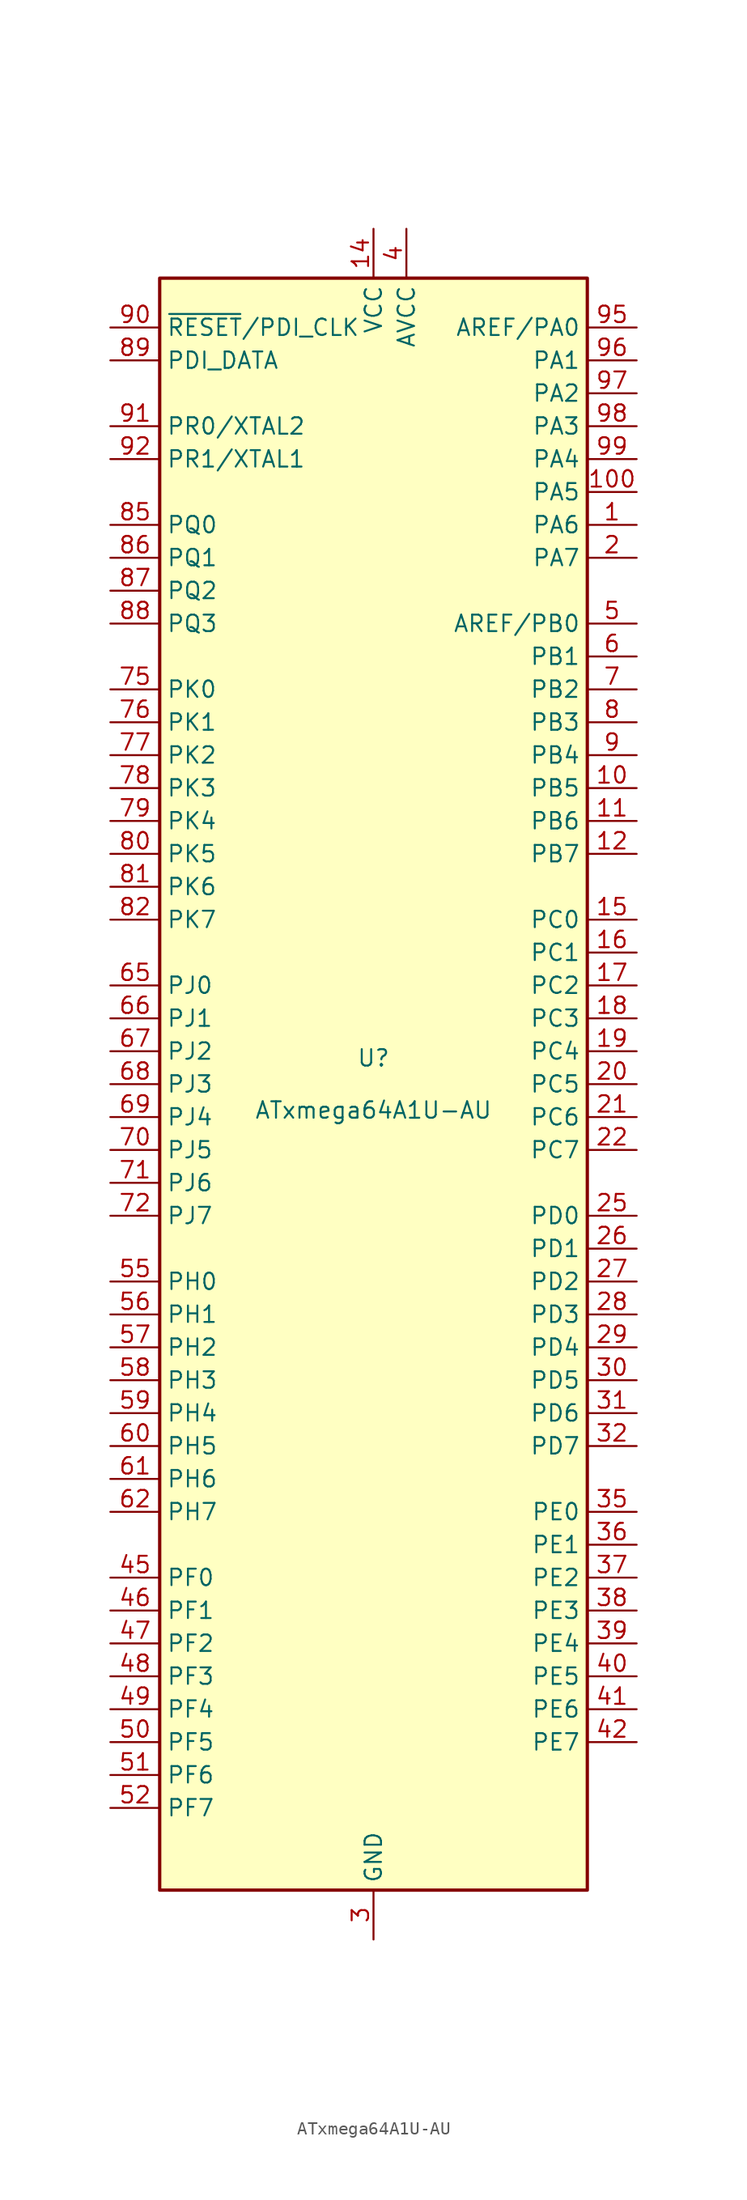
<source format=kicad_sym>
(kicad_symbol_lib
  (version 20211014)
  (generator kicad_symbol_editor)
  (symbol "ATxmega64A1U-AU"
    (property "Reference" "U"
      (at 0 1.27 0)
      (effects (font (size 1.27 1.27)) (justify bottom)))
    (property "Value" "ATxmega64A1U-AU"
      (at 0 -1.27 0)
      (effects (font (size 1.27 1.27)) (justify top)))
    (symbol "ATxmega64A1U-AU_0_1"
      (rectangle (start -16.51 -62.23) (end 16.51 62.23) (stroke (width 0.254) (type default) (color 0 0 0 0)) (fill (type background))))
    (symbol "ATxmega64A1U-AU_1_1"
      (pin bidirectional line (at 20.32 43.18 180) (length 3.81) (name "PA6" (effects (font (size 1.27 1.27)))) (number "1" (effects (font (size 1.27 1.27)))))
      (pin bidirectional line (at 20.32 22.86 180) (length 3.81) (name "PB5" (effects (font (size 1.27 1.27)))) (number "10" (effects (font (size 1.27 1.27)))))
      (pin bidirectional line (at 20.32 45.72 180) (length 3.81) (name "PA5" (effects (font (size 1.27 1.27)))) (number "100" (effects (font (size 1.27 1.27)))))
      (pin bidirectional line (at 20.32 20.32 180) (length 3.81) (name "PB6" (effects (font (size 1.27 1.27)))) (number "11" (effects (font (size 1.27 1.27)))))
      (pin bidirectional line (at 20.32 17.78 180) (length 3.81) (name "PB7" (effects (font (size 1.27 1.27)))) (number "12" (effects (font (size 1.27 1.27)))))
      (pin passive line (at 0 -66.04 90) (length 3.81) hide (name "GND" (effects (font (size 1.27 1.27)))) (number "13" (effects (font (size 1.27 1.27)))))
      (pin power_in line (at 0 66.04 270) (length 3.81) (name "VCC" (effects (font (size 1.27 1.27)))) (number "14" (effects (font (size 1.27 1.27)))))
      (pin bidirectional line (at 20.32 12.7 180) (length 3.81) (name "PC0" (effects (font (size 1.27 1.27)))) (number "15" (effects (font (size 1.27 1.27)))))
      (pin bidirectional line (at 20.32 10.16 180) (length 3.81) (name "PC1" (effects (font (size 1.27 1.27)))) (number "16" (effects (font (size 1.27 1.27)))))
      (pin bidirectional line (at 20.32 7.62 180) (length 3.81) (name "PC2" (effects (font (size 1.27 1.27)))) (number "17" (effects (font (size 1.27 1.27)))))
      (pin bidirectional line (at 20.32 5.08 180) (length 3.81) (name "PC3" (effects (font (size 1.27 1.27)))) (number "18" (effects (font (size 1.27 1.27)))))
      (pin bidirectional line (at 20.32 2.54 180) (length 3.81) (name "PC4" (effects (font (size 1.27 1.27)))) (number "19" (effects (font (size 1.27 1.27)))))
      (pin bidirectional line (at 20.32 40.64 180) (length 3.81) (name "PA7" (effects (font (size 1.27 1.27)))) (number "2" (effects (font (size 1.27 1.27)))))
      (pin bidirectional line (at 20.32 0 180) (length 3.81) (name "PC5" (effects (font (size 1.27 1.27)))) (number "20" (effects (font (size 1.27 1.27)))))
      (pin bidirectional line (at 20.32 -2.54 180) (length 3.81) (name "PC6" (effects (font (size 1.27 1.27)))) (number "21" (effects (font (size 1.27 1.27)))))
      (pin bidirectional line (at 20.32 -5.08 180) (length 3.81) (name "PC7" (effects (font (size 1.27 1.27)))) (number "22" (effects (font (size 1.27 1.27)))))
      (pin passive line (at 0 -66.04 90) (length 3.81) hide (name "GND" (effects (font (size 1.27 1.27)))) (number "23" (effects (font (size 1.27 1.27)))))
      (pin passive line (at 0 66.04 270) (length 3.81) hide (name "VCC" (effects (font (size 1.27 1.27)))) (number "24" (effects (font (size 1.27 1.27)))))
      (pin bidirectional line (at 20.32 -10.16 180) (length 3.81) (name "PD0" (effects (font (size 1.27 1.27)))) (number "25" (effects (font (size 1.27 1.27)))))
      (pin bidirectional line (at 20.32 -12.7 180) (length 3.81) (name "PD1" (effects (font (size 1.27 1.27)))) (number "26" (effects (font (size 1.27 1.27)))))
      (pin bidirectional line (at 20.32 -15.24 180) (length 3.81) (name "PD2" (effects (font (size 1.27 1.27)))) (number "27" (effects (font (size 1.27 1.27)))))
      (pin bidirectional line (at 20.32 -17.78 180) (length 3.81) (name "PD3" (effects (font (size 1.27 1.27)))) (number "28" (effects (font (size 1.27 1.27)))))
      (pin bidirectional line (at 20.32 -20.32 180) (length 3.81) (name "PD4" (effects (font (size 1.27 1.27)))) (number "29" (effects (font (size 1.27 1.27)))))
      (pin power_in line (at 0 -66.04 90) (length 3.81) (name "GND" (effects (font (size 1.27 1.27)))) (number "3" (effects (font (size 1.27 1.27)))))
      (pin bidirectional line (at 20.32 -22.86 180) (length 3.81) (name "PD5" (effects (font (size 1.27 1.27)))) (number "30" (effects (font (size 1.27 1.27)))))
      (pin bidirectional line (at 20.32 -25.4 180) (length 3.81) (name "PD6" (effects (font (size 1.27 1.27)))) (number "31" (effects (font (size 1.27 1.27)))))
      (pin bidirectional line (at 20.32 -27.94 180) (length 3.81) (name "PD7" (effects (font (size 1.27 1.27)))) (number "32" (effects (font (size 1.27 1.27)))))
      (pin passive line (at 0 -66.04 90) (length 3.81) hide (name "GND" (effects (font (size 1.27 1.27)))) (number "33" (effects (font (size 1.27 1.27)))))
      (pin passive line (at 0 66.04 270) (length 3.81) hide (name "VCC" (effects (font (size 1.27 1.27)))) (number "34" (effects (font (size 1.27 1.27)))))
      (pin bidirectional line (at 20.32 -33.02 180) (length 3.81) (name "PE0" (effects (font (size 1.27 1.27)))) (number "35" (effects (font (size 1.27 1.27)))))
      (pin bidirectional line (at 20.32 -35.56 180) (length 3.81) (name "PE1" (effects (font (size 1.27 1.27)))) (number "36" (effects (font (size 1.27 1.27)))))
      (pin bidirectional line (at 20.32 -38.1 180) (length 3.81) (name "PE2" (effects (font (size 1.27 1.27)))) (number "37" (effects (font (size 1.27 1.27)))))
      (pin bidirectional line (at 20.32 -40.64 180) (length 3.81) (name "PE3" (effects (font (size 1.27 1.27)))) (number "38" (effects (font (size 1.27 1.27)))))
      (pin bidirectional line (at 20.32 -43.18 180) (length 3.81) (name "PE4" (effects (font (size 1.27 1.27)))) (number "39" (effects (font (size 1.27 1.27)))))
      (pin power_in line (at 2.54 66.04 270) (length 3.81) (name "AVCC" (effects (font (size 1.27 1.27)))) (number "4" (effects (font (size 1.27 1.27)))))
      (pin bidirectional line (at 20.32 -45.72 180) (length 3.81) (name "PE5" (effects (font (size 1.27 1.27)))) (number "40" (effects (font (size 1.27 1.27)))))
      (pin bidirectional line (at 20.32 -48.26 180) (length 3.81) (name "PE6" (effects (font (size 1.27 1.27)))) (number "41" (effects (font (size 1.27 1.27)))))
      (pin bidirectional line (at 20.32 -50.8 180) (length 3.81) (name "PE7" (effects (font (size 1.27 1.27)))) (number "42" (effects (font (size 1.27 1.27)))))
      (pin passive line (at 0 -66.04 90) (length 3.81) hide (name "GND" (effects (font (size 1.27 1.27)))) (number "43" (effects (font (size 1.27 1.27)))))
      (pin passive line (at 0 66.04 270) (length 3.81) hide (name "VCC" (effects (font (size 1.27 1.27)))) (number "44" (effects (font (size 1.27 1.27)))))
      (pin bidirectional line (at -20.32 -38.1 0) (length 3.81) (name "PF0" (effects (font (size 1.27 1.27)))) (number "45" (effects (font (size 1.27 1.27)))))
      (pin bidirectional line (at -20.32 -40.64 0) (length 3.81) (name "PF1" (effects (font (size 1.27 1.27)))) (number "46" (effects (font (size 1.27 1.27)))))
      (pin bidirectional line (at -20.32 -43.18 0) (length 3.81) (name "PF2" (effects (font (size 1.27 1.27)))) (number "47" (effects (font (size 1.27 1.27)))))
      (pin bidirectional line (at -20.32 -45.72 0) (length 3.81) (name "PF3" (effects (font (size 1.27 1.27)))) (number "48" (effects (font (size 1.27 1.27)))))
      (pin bidirectional line (at -20.32 -48.26 0) (length 3.81) (name "PF4" (effects (font (size 1.27 1.27)))) (number "49" (effects (font (size 1.27 1.27)))))
      (pin bidirectional line (at 20.32 35.56 180) (length 3.81) (name "AREF/PB0" (effects (font (size 1.27 1.27)))) (number "5" (effects (font (size 1.27 1.27)))))
      (pin bidirectional line (at -20.32 -50.8 0) (length 3.81) (name "PF5" (effects (font (size 1.27 1.27)))) (number "50" (effects (font (size 1.27 1.27)))))
      (pin bidirectional line (at -20.32 -53.34 0) (length 3.81) (name "PF6" (effects (font (size 1.27 1.27)))) (number "51" (effects (font (size 1.27 1.27)))))
      (pin bidirectional line (at -20.32 -55.88 0) (length 3.81) (name "PF7" (effects (font (size 1.27 1.27)))) (number "52" (effects (font (size 1.27 1.27)))))
      (pin passive line (at 0 -66.04 90) (length 3.81) hide (name "GND" (effects (font (size 1.27 1.27)))) (number "53" (effects (font (size 1.27 1.27)))))
      (pin passive line (at 0 66.04 270) (length 3.81) hide (name "VCC" (effects (font (size 1.27 1.27)))) (number "54" (effects (font (size 1.27 1.27)))))
      (pin bidirectional line (at -20.32 -15.24 0) (length 3.81) (name "PH0" (effects (font (size 1.27 1.27)))) (number "55" (effects (font (size 1.27 1.27)))))
      (pin bidirectional line (at -20.32 -17.78 0) (length 3.81) (name "PH1" (effects (font (size 1.27 1.27)))) (number "56" (effects (font (size 1.27 1.27)))))
      (pin bidirectional line (at -20.32 -20.32 0) (length 3.81) (name "PH2" (effects (font (size 1.27 1.27)))) (number "57" (effects (font (size 1.27 1.27)))))
      (pin bidirectional line (at -20.32 -22.86 0) (length 3.81) (name "PH3" (effects (font (size 1.27 1.27)))) (number "58" (effects (font (size 1.27 1.27)))))
      (pin bidirectional line (at -20.32 -25.4 0) (length 3.81) (name "PH4" (effects (font (size 1.27 1.27)))) (number "59" (effects (font (size 1.27 1.27)))))
      (pin bidirectional line (at 20.32 33.02 180) (length 3.81) (name "PB1" (effects (font (size 1.27 1.27)))) (number "6" (effects (font (size 1.27 1.27)))))
      (pin bidirectional line (at -20.32 -27.94 0) (length 3.81) (name "PH5" (effects (font (size 1.27 1.27)))) (number "60" (effects (font (size 1.27 1.27)))))
      (pin bidirectional line (at -20.32 -30.48 0) (length 3.81) (name "PH6" (effects (font (size 1.27 1.27)))) (number "61" (effects (font (size 1.27 1.27)))))
      (pin bidirectional line (at -20.32 -33.02 0) (length 3.81) (name "PH7" (effects (font (size 1.27 1.27)))) (number "62" (effects (font (size 1.27 1.27)))))
      (pin passive line (at 0 -66.04 90) (length 3.81) hide (name "GND" (effects (font (size 1.27 1.27)))) (number "63" (effects (font (size 1.27 1.27)))))
      (pin passive line (at 0 66.04 270) (length 3.81) hide (name "VCC" (effects (font (size 1.27 1.27)))) (number "64" (effects (font (size 1.27 1.27)))))
      (pin bidirectional line (at -20.32 7.62 0) (length 3.81) (name "PJ0" (effects (font (size 1.27 1.27)))) (number "65" (effects (font (size 1.27 1.27)))))
      (pin bidirectional line (at -20.32 5.08 0) (length 3.81) (name "PJ1" (effects (font (size 1.27 1.27)))) (number "66" (effects (font (size 1.27 1.27)))))
      (pin bidirectional line (at -20.32 2.54 0) (length 3.81) (name "PJ2" (effects (font (size 1.27 1.27)))) (number "67" (effects (font (size 1.27 1.27)))))
      (pin bidirectional line (at -20.32 0 0) (length 3.81) (name "PJ3" (effects (font (size 1.27 1.27)))) (number "68" (effects (font (size 1.27 1.27)))))
      (pin bidirectional line (at -20.32 -2.54 0) (length 3.81) (name "PJ4" (effects (font (size 1.27 1.27)))) (number "69" (effects (font (size 1.27 1.27)))))
      (pin bidirectional line (at 20.32 30.48 180) (length 3.81) (name "PB2" (effects (font (size 1.27 1.27)))) (number "7" (effects (font (size 1.27 1.27)))))
      (pin bidirectional line (at -20.32 -5.08 0) (length 3.81) (name "PJ5" (effects (font (size 1.27 1.27)))) (number "70" (effects (font (size 1.27 1.27)))))
      (pin bidirectional line (at -20.32 -7.62 0) (length 3.81) (name "PJ6" (effects (font (size 1.27 1.27)))) (number "71" (effects (font (size 1.27 1.27)))))
      (pin bidirectional line (at -20.32 -10.16 0) (length 3.81) (name "PJ7" (effects (font (size 1.27 1.27)))) (number "72" (effects (font (size 1.27 1.27)))))
      (pin passive line (at 0 -66.04 90) (length 3.81) hide (name "GND" (effects (font (size 1.27 1.27)))) (number "73" (effects (font (size 1.27 1.27)))))
      (pin passive line (at 0 66.04 270) (length 3.81) hide (name "VCC" (effects (font (size 1.27 1.27)))) (number "74" (effects (font (size 1.27 1.27)))))
      (pin bidirectional line (at -20.32 30.48 0) (length 3.81) (name "PK0" (effects (font (size 1.27 1.27)))) (number "75" (effects (font (size 1.27 1.27)))))
      (pin bidirectional line (at -20.32 27.94 0) (length 3.81) (name "PK1" (effects (font (size 1.27 1.27)))) (number "76" (effects (font (size 1.27 1.27)))))
      (pin bidirectional line (at -20.32 25.4 0) (length 3.81) (name "PK2" (effects (font (size 1.27 1.27)))) (number "77" (effects (font (size 1.27 1.27)))))
      (pin bidirectional line (at -20.32 22.86 0) (length 3.81) (name "PK3" (effects (font (size 1.27 1.27)))) (number "78" (effects (font (size 1.27 1.27)))))
      (pin bidirectional line (at -20.32 20.32 0) (length 3.81) (name "PK4" (effects (font (size 1.27 1.27)))) (number "79" (effects (font (size 1.27 1.27)))))
      (pin bidirectional line (at 20.32 27.94 180) (length 3.81) (name "PB3" (effects (font (size 1.27 1.27)))) (number "8" (effects (font (size 1.27 1.27)))))
      (pin bidirectional line (at -20.32 17.78 0) (length 3.81) (name "PK5" (effects (font (size 1.27 1.27)))) (number "80" (effects (font (size 1.27 1.27)))))
      (pin bidirectional line (at -20.32 15.24 0) (length 3.81) (name "PK6" (effects (font (size 1.27 1.27)))) (number "81" (effects (font (size 1.27 1.27)))))
      (pin bidirectional line (at -20.32 12.7 0) (length 3.81) (name "PK7" (effects (font (size 1.27 1.27)))) (number "82" (effects (font (size 1.27 1.27)))))
      (pin passive line (at 0 66.04 270) (length 3.81) hide (name "VCC" (effects (font (size 1.27 1.27)))) (number "83" (effects (font (size 1.27 1.27)))))
      (pin passive line (at 0 -66.04 90) (length 3.81) hide (name "GND" (effects (font (size 1.27 1.27)))) (number "84" (effects (font (size 1.27 1.27)))))
      (pin bidirectional line (at -20.32 43.18 0) (length 3.81) (name "PQ0" (effects (font (size 1.27 1.27)))) (number "85" (effects (font (size 1.27 1.27)))))
      (pin bidirectional line (at -20.32 40.64 0) (length 3.81) (name "PQ1" (effects (font (size 1.27 1.27)))) (number "86" (effects (font (size 1.27 1.27)))))
      (pin bidirectional line (at -20.32 38.1 0) (length 3.81) (name "PQ2" (effects (font (size 1.27 1.27)))) (number "87" (effects (font (size 1.27 1.27)))))
      (pin bidirectional line (at -20.32 35.56 0) (length 3.81) (name "PQ3" (effects (font (size 1.27 1.27)))) (number "88" (effects (font (size 1.27 1.27)))))
      (pin bidirectional line (at -20.32 55.88 0) (length 3.81) (name "PDI_DATA" (effects (font (size 1.27 1.27)))) (number "89" (effects (font (size 1.27 1.27)))))
      (pin bidirectional line (at 20.32 25.4 180) (length 3.81) (name "PB4" (effects (font (size 1.27 1.27)))) (number "9" (effects (font (size 1.27 1.27)))))
      (pin input line (at -20.32 58.42 0) (length 3.81) (name "~{RESET}/PDI_CLK" (effects (font (size 1.27 1.27)))) (number "90" (effects (font (size 1.27 1.27)))))
      (pin bidirectional line (at -20.32 50.8 0) (length 3.81) (name "PR0/XTAL2" (effects (font (size 1.27 1.27)))) (number "91" (effects (font (size 1.27 1.27)))))
      (pin bidirectional line (at -20.32 48.26 0) (length 3.81) (name "PR1/XTAL1" (effects (font (size 1.27 1.27)))) (number "92" (effects (font (size 1.27 1.27)))))
      (pin passive line (at 0 -66.04 90) (length 3.81) hide (name "GND" (effects (font (size 1.27 1.27)))) (number "93" (effects (font (size 1.27 1.27)))))
      (pin passive line (at 2.54 66.04 270) (length 3.81) hide (name "AVCC" (effects (font (size 1.27 1.27)))) (number "94" (effects (font (size 1.27 1.27)))))
      (pin bidirectional line (at 20.32 58.42 180) (length 3.81) (name "AREF/PA0" (effects (font (size 1.27 1.27)))) (number "95" (effects (font (size 1.27 1.27)))))
      (pin bidirectional line (at 20.32 55.88 180) (length 3.81) (name "PA1" (effects (font (size 1.27 1.27)))) (number "96" (effects (font (size 1.27 1.27)))))
      (pin bidirectional line (at 20.32 53.34 180) (length 3.81) (name "PA2" (effects (font (size 1.27 1.27)))) (number "97" (effects (font (size 1.27 1.27)))))
      (pin bidirectional line (at 20.32 50.8 180) (length 3.81) (name "PA3" (effects (font (size 1.27 1.27)))) (number "98" (effects (font (size 1.27 1.27)))))
      (pin bidirectional line (at 20.32 48.26 180) (length 3.81) (name "PA4" (effects (font (size 1.27 1.27)))) (number "99" (effects (font (size 1.27 1.27))))))))
</source>
